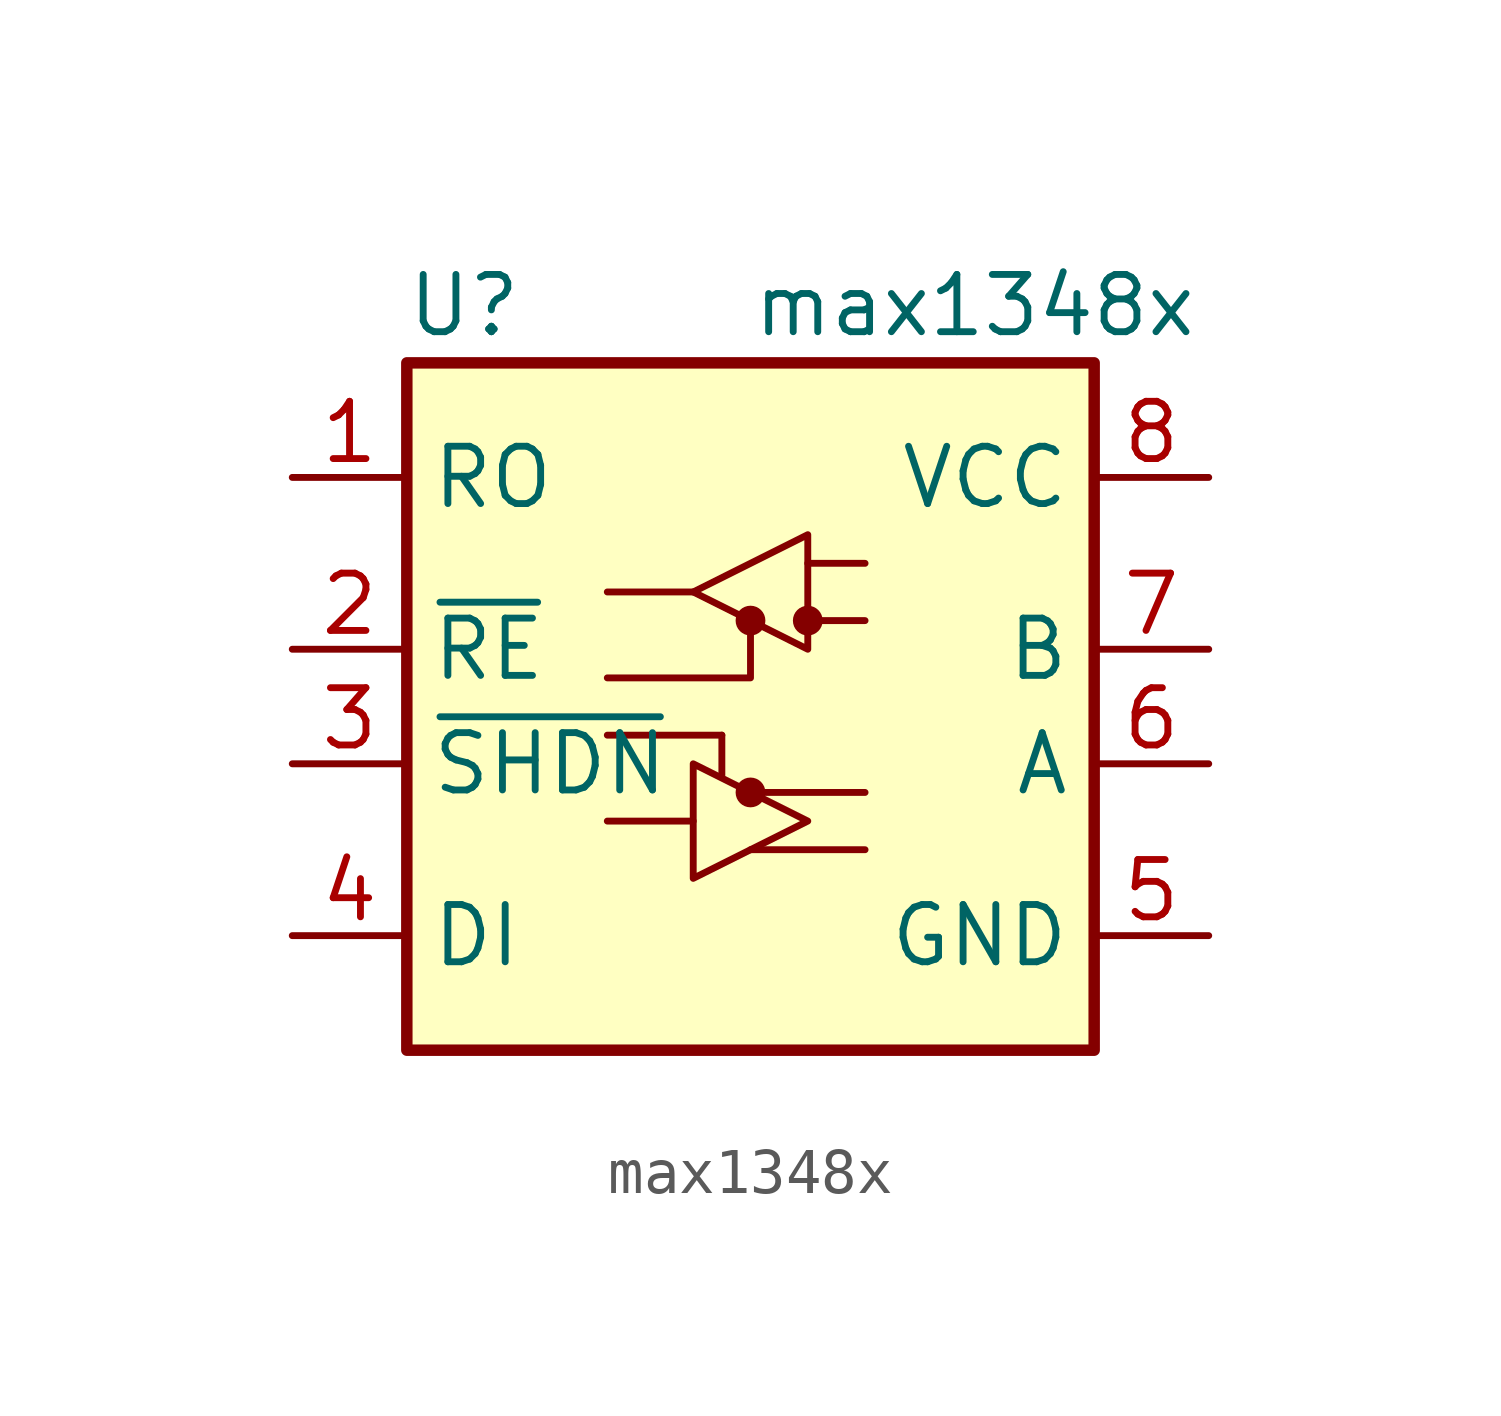
<source format=kicad_sym>
(kicad_symbol_lib
  (version 20231120)
  (generator "kicad_symbol_editor")
  (generator_version "8.0")
  (symbol "max1348x"
    (property "Reference" "U"
      (at -6.35 8.89 0)
      (effects (font (size 1.27 1.27))))
    (property "Value" "max1348x"
      (at 0 8.89 0)
      (effects (font (size 1.27 1.27)) (justify left)))
    (symbol "max1348x_0_1"
      (rectangle (start -7.62 7.62) (end 7.62 -7.62) (stroke (width 0.254) (type default)) (fill (type background)))
      (polyline (pts (xy -1.27 -2.54) (xy -3.175 -2.54)) (stroke (width 0) (type default)) (fill (type none)))
      (polyline (pts (xy -1.27 2.54) (xy -3.175 2.54)) (stroke (width 0) (type default)) (fill (type none)))
      (polyline (pts (xy -0.635 -1.524) (xy -0.635 -0.635)) (stroke (width 0) (type default)) (fill (type none)))
      (polyline (pts (xy -0.635 -0.635) (xy -3.175 -0.635)) (stroke (width 0) (type default)) (fill (type none)))
      (polyline (pts (xy 0 -3.175) (xy 2.54 -3.175)) (stroke (width 0) (type default)) (fill (type none)))
      (polyline (pts (xy 0 -1.905) (xy 2.54 -1.905)) (stroke (width 0) (type default)) (fill (type none)))
      (polyline (pts (xy 1.27 1.905) (xy 2.54 1.905)) (stroke (width 0) (type default)) (fill (type none)))
      (polyline (pts (xy 1.27 3.175) (xy 2.54 3.175)) (stroke (width 0) (type default)) (fill (type none)))
      (polyline (pts (xy 0 1.905) (xy 0 0.635) (xy -3.175 0.635)) (stroke (width 0) (type default)) (fill (type none)))
      (polyline (pts (xy -1.27 2.54) (xy 1.27 3.81) (xy 1.27 1.27) (xy -1.27 2.54)) (stroke (width 0) (type default)) (fill (type none)))
      (circle (center 0 1.905) (radius 0.254) (stroke (width 0) (type default)) (fill (type outline)))
      (circle (center 1.27 1.905) (radius 0.254) (stroke (width 0) (type default)) (fill (type outline))))
    (symbol "max1348x_1_1"
      (circle (center 0 -1.905) (radius 0.254) (stroke (width 0) (type default)) (fill (type outline)))
      (polyline (pts (xy 1.27 -2.54) (xy -1.27 -3.81) (xy -1.27 -1.27) (xy 1.27 -2.54)) (stroke (width 0) (type default)) (fill (type none)))
      (pin output line (at -10.16 5.08 0) (length 2.54) (name "RO" (effects (font (size 1.27 1.27)))) (number "1" (effects (font (size 1.27 1.27)))))
      (pin input line (at -10.16 1.27 0) (length 2.54) (name "~{RE}" (effects (font (size 1.27 1.27)))) (number "2" (effects (font (size 1.27 1.27)))))
      (pin input line (at -10.16 -1.27 0) (length 2.54) (name "~{SHDN}" (effects (font (size 1.27 1.27)))) (number "3" (effects (font (size 1.27 1.27)))))
      (pin input line (at -10.16 -5.08 0) (length 2.54) (name "DI" (effects (font (size 1.27 1.27)))) (number "4" (effects (font (size 1.27 1.27)))))
      (pin power_in line (at 10.16 -5.08 180) (length 2.54) (name "GND" (effects (font (size 1.27 1.27)))) (number "5" (effects (font (size 1.27 1.27)))))
      (pin bidirectional line (at 10.16 -1.27 180) (length 2.54) (name "A" (effects (font (size 1.27 1.27)))) (number "6" (effects (font (size 1.27 1.27)))))
      (pin bidirectional line (at 10.16 1.27 180) (length 2.54) (name "B" (effects (font (size 1.27 1.27)))) (number "7" (effects (font (size 1.27 1.27)))))
      (pin power_in line (at 10.16 5.08 180) (length 2.54) (name "VCC" (effects (font (size 1.27 1.27)))) (number "8" (effects (font (size 1.27 1.27))))))))
</source>
